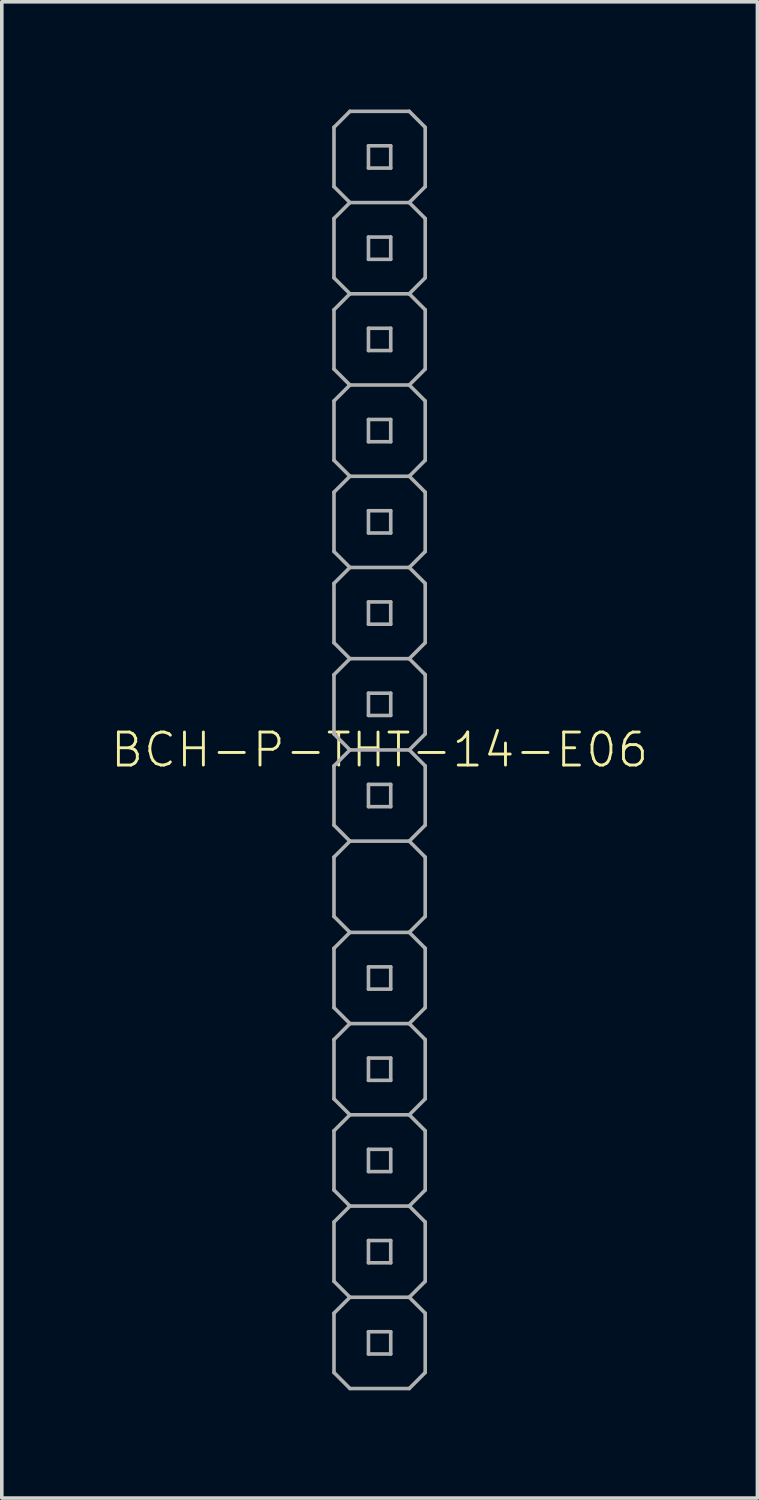
<source format=kicad_pcb>
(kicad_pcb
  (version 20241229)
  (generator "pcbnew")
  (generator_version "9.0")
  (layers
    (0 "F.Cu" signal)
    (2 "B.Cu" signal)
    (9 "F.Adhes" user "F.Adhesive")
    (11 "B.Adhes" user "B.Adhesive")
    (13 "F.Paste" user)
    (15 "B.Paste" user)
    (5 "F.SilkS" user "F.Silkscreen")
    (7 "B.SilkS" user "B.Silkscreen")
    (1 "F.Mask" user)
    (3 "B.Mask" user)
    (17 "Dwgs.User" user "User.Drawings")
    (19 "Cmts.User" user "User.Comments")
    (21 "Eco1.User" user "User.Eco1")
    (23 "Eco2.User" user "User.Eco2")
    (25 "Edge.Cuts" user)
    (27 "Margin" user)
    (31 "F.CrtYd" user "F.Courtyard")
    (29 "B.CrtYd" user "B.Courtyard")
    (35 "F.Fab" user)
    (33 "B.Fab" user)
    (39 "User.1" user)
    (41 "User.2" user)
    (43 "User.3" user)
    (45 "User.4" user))
  (footprint "BCH-P-THT-14-E06"
    (layer "F.Cu")
    (at 7.519 17.83)
    (property "Reference" "BCH-P-THT-14-E06" (at 0 0 0) (unlocked yes) (layer "F.SilkS") (effects (font (size 0.92 0.92) (thickness 0.08))))
    (fp_line (start -1.27 -17.335) (end -1.27 -15.684) (stroke (width 0.1) (type solid)) (layer "F.Fab"))
    (fp_line (start -1.27 -15.684) (end -0.826 -15.24) (stroke (width 0.1) (type solid)) (layer "F.Fab"))
    (fp_line (start -1.27 -14.796) (end -1.27 -13.145) (stroke (width 0.1) (type solid)) (layer "F.Fab"))
    (fp_line (start -1.27 -13.145) (end -0.826 -12.7) (stroke (width 0.1) (type solid)) (layer "F.Fab"))
    (fp_line (start -1.27 -12.255) (end -1.27 -10.604) (stroke (width 0.1) (type solid)) (layer "F.Fab"))
    (fp_line (start -1.27 -10.604) (end -0.826 -10.16) (stroke (width 0.1) (type solid)) (layer "F.Fab"))
    (fp_line (start -1.27 -9.716) (end -1.27 -8.065) (stroke (width 0.1) (type solid)) (layer "F.Fab"))
    (fp_line (start -1.27 -8.065) (end -0.826 -7.62) (stroke (width 0.1) (type solid)) (layer "F.Fab"))
    (fp_line (start -1.27 -7.176) (end -1.27 -5.524) (stroke (width 0.1) (type solid)) (layer "F.Fab"))
    (fp_line (start -1.27 -5.524) (end -0.826 -5.08) (stroke (width 0.1) (type solid)) (layer "F.Fab"))
    (fp_line (start -1.27 -4.636) (end -1.27 -2.985) (stroke (width 0.1) (type solid)) (layer "F.Fab"))
    (fp_line (start -1.27 -2.985) (end -0.826 -2.54) (stroke (width 0.1) (type solid)) (layer "F.Fab"))
    (fp_line (start -1.27 -2.095) (end -1.27 -0.445) (stroke (width 0.1) (type solid)) (layer "F.Fab"))
    (fp_line (start -1.27 -0.445) (end -0.826 0) (stroke (width 0.1) (type solid)) (layer "F.Fab"))
    (fp_line (start -1.27 0.445) (end -1.27 2.095) (stroke (width 0.1) (type solid)) (layer "F.Fab"))
    (fp_line (start -1.27 2.095) (end -0.826 2.54) (stroke (width 0.1) (type solid)) (layer "F.Fab"))
    (fp_line (start -1.27 2.985) (end -1.27 4.636) (stroke (width 0.1) (type solid)) (layer "F.Fab"))
    (fp_line (start -1.27 4.636) (end -0.826 5.08) (stroke (width 0.1) (type solid)) (layer "F.Fab"))
    (fp_line (start -1.27 5.524) (end -1.27 7.176) (stroke (width 0.1) (type solid)) (layer "F.Fab"))
    (fp_line (start -1.27 7.176) (end -0.826 7.62) (stroke (width 0.1) (type solid)) (layer "F.Fab"))
    (fp_line (start -1.27 8.065) (end -1.27 9.716) (stroke (width 0.1) (type solid)) (layer "F.Fab"))
    (fp_line (start -1.27 9.716) (end -0.826 10.16) (stroke (width 0.1) (type solid)) (layer "F.Fab"))
    (fp_line (start -1.27 10.604) (end -1.27 12.255) (stroke (width 0.1) (type solid)) (layer "F.Fab"))
    (fp_line (start -1.27 12.255) (end -0.826 12.7) (stroke (width 0.1) (type solid)) (layer "F.Fab"))
    (fp_line (start -1.27 13.145) (end -1.27 14.796) (stroke (width 0.1) (type solid)) (layer "F.Fab"))
    (fp_line (start -1.27 14.796) (end -0.826 15.24) (stroke (width 0.1) (type solid)) (layer "F.Fab"))
    (fp_line (start -1.27 15.684) (end -1.27 17.335) (stroke (width 0.1) (type solid)) (layer "F.Fab"))
    (fp_line (start -1.27 17.335) (end -0.826 17.78) (stroke (width 0.1) (type solid)) (layer "F.Fab"))
    (fp_line (start -0.826 -17.78) (end -1.27 -17.335) (stroke (width 0.1) (type solid)) (layer "F.Fab"))
    (fp_line (start -0.826 -15.24) (end -1.27 -14.796) (stroke (width 0.1) (type solid)) (layer "F.Fab"))
    (fp_line (start -0.826 -12.7) (end -1.27 -12.255) (stroke (width 0.1) (type solid)) (layer "F.Fab"))
    (fp_line (start -0.826 -10.16) (end -1.27 -9.716) (stroke (width 0.1) (type solid)) (layer "F.Fab"))
    (fp_line (start -0.826 -7.62) (end -1.27 -7.176) (stroke (width 0.1) (type solid)) (layer "F.Fab"))
    (fp_line (start -0.826 -5.08) (end -1.27 -4.636) (stroke (width 0.1) (type solid)) (layer "F.Fab"))
    (fp_line (start -0.826 -2.54) (end -1.27 -2.095) (stroke (width 0.1) (type solid)) (layer "F.Fab"))
    (fp_line (start -0.826 0) (end -1.27 0.445) (stroke (width 0.1) (type solid)) (layer "F.Fab"))
    (fp_line (start -0.826 2.54) (end -1.27 2.985) (stroke (width 0.1) (type solid)) (layer "F.Fab"))
    (fp_line (start -0.826 5.08) (end -1.27 5.524) (stroke (width 0.1) (type solid)) (layer "F.Fab"))
    (fp_line (start -0.826 7.62) (end -1.27 8.065) (stroke (width 0.1) (type solid)) (layer "F.Fab"))
    (fp_line (start -0.826 10.16) (end -1.27 10.604) (stroke (width 0.1) (type solid)) (layer "F.Fab"))
    (fp_line (start -0.826 12.7) (end -1.27 13.145) (stroke (width 0.1) (type solid)) (layer "F.Fab"))
    (fp_line (start -0.826 15.24) (end -1.27 15.684) (stroke (width 0.1) (type solid)) (layer "F.Fab"))
    (fp_line (start -0.31 -16.82) (end -0.31 -16.2) (stroke (width 0.1) (type solid)) (layer "F.Fab"))
    (fp_line (start -0.31 -16.2) (end 0.31 -16.2) (stroke (width 0.1) (type solid)) (layer "F.Fab"))
    (fp_line (start -0.31 -14.28) (end -0.31 -13.66) (stroke (width 0.1) (type solid)) (layer "F.Fab"))
    (fp_line (start -0.31 -13.66) (end 0.31 -13.66) (stroke (width 0.1) (type solid)) (layer "F.Fab"))
    (fp_line (start -0.31 -11.74) (end -0.31 -11.12) (stroke (width 0.1) (type solid)) (layer "F.Fab"))
    (fp_line (start -0.31 -11.12) (end 0.31 -11.12) (stroke (width 0.1) (type solid)) (layer "F.Fab"))
    (fp_line (start -0.31 -9.2) (end -0.31 -8.58) (stroke (width 0.1) (type solid)) (layer "F.Fab"))
    (fp_line (start -0.31 -8.58) (end 0.31 -8.58) (stroke (width 0.1) (type solid)) (layer "F.Fab"))
    (fp_line (start -0.31 -6.66) (end -0.31 -6.04) (stroke (width 0.1) (type solid)) (layer "F.Fab"))
    (fp_line (start -0.31 -6.04) (end 0.31 -6.04) (stroke (width 0.1) (type solid)) (layer "F.Fab"))
    (fp_line (start -0.31 -4.12) (end -0.31 -3.5) (stroke (width 0.1) (type solid)) (layer "F.Fab"))
    (fp_line (start -0.31 -3.5) (end 0.31 -3.5) (stroke (width 0.1) (type solid)) (layer "F.Fab"))
    (fp_line (start -0.31 -1.58) (end -0.31 -0.96) (stroke (width 0.1) (type solid)) (layer "F.Fab"))
    (fp_line (start -0.31 -0.96) (end 0.31 -0.96) (stroke (width 0.1) (type solid)) (layer "F.Fab"))
    (fp_line (start -0.31 0.96) (end -0.31 1.58) (stroke (width 0.1) (type solid)) (layer "F.Fab"))
    (fp_line (start -0.31 1.58) (end 0.31 1.58) (stroke (width 0.1) (type solid)) (layer "F.Fab"))
    (fp_line (start -0.31 6.04) (end -0.31 6.66) (stroke (width 0.1) (type solid)) (layer "F.Fab"))
    (fp_line (start -0.31 6.66) (end 0.31 6.66) (stroke (width 0.1) (type solid)) (layer "F.Fab"))
    (fp_line (start -0.31 8.58) (end -0.31 9.2) (stroke (width 0.1) (type solid)) (layer "F.Fab"))
    (fp_line (start -0.31 9.2) (end 0.31 9.2) (stroke (width 0.1) (type solid)) (layer "F.Fab"))
    (fp_line (start -0.31 11.12) (end -0.31 11.74) (stroke (width 0.1) (type solid)) (layer "F.Fab"))
    (fp_line (start -0.31 11.74) (end 0.31 11.74) (stroke (width 0.1) (type solid)) (layer "F.Fab"))
    (fp_line (start -0.31 13.66) (end -0.31 14.28) (stroke (width 0.1) (type solid)) (layer "F.Fab"))
    (fp_line (start -0.31 14.28) (end 0.31 14.28) (stroke (width 0.1) (type solid)) (layer "F.Fab"))
    (fp_line (start -0.31 16.2) (end -0.31 16.82) (stroke (width 0.1) (type solid)) (layer "F.Fab"))
    (fp_line (start -0.31 16.82) (end 0.31 16.82) (stroke (width 0.1) (type solid)) (layer "F.Fab"))
    (fp_line (start 0.31 -16.82) (end -0.31 -16.82) (stroke (width 0.1) (type solid)) (layer "F.Fab"))
    (fp_line (start 0.31 -16.2) (end 0.31 -16.82) (stroke (width 0.1) (type solid)) (layer "F.Fab"))
    (fp_line (start 0.31 -14.28) (end -0.31 -14.28) (stroke (width 0.1) (type solid)) (layer "F.Fab"))
    (fp_line (start 0.31 -13.66) (end 0.31 -14.28) (stroke (width 0.1) (type solid)) (layer "F.Fab"))
    (fp_line (start 0.31 -11.74) (end -0.31 -11.74) (stroke (width 0.1) (type solid)) (layer "F.Fab"))
    (fp_line (start 0.31 -11.12) (end 0.31 -11.74) (stroke (width 0.1) (type solid)) (layer "F.Fab"))
    (fp_line (start 0.31 -9.2) (end -0.31 -9.2) (stroke (width 0.1) (type solid)) (layer "F.Fab"))
    (fp_line (start 0.31 -8.58) (end 0.31 -9.2) (stroke (width 0.1) (type solid)) (layer "F.Fab"))
    (fp_line (start 0.31 -6.66) (end -0.31 -6.66) (stroke (width 0.1) (type solid)) (layer "F.Fab"))
    (fp_line (start 0.31 -6.04) (end 0.31 -6.66) (stroke (width 0.1) (type solid)) (layer "F.Fab"))
    (fp_line (start 0.31 -4.12) (end -0.31 -4.12) (stroke (width 0.1) (type solid)) (layer "F.Fab"))
    (fp_line (start 0.31 -3.5) (end 0.31 -4.12) (stroke (width 0.1) (type solid)) (layer "F.Fab"))
    (fp_line (start 0.31 -1.58) (end -0.31 -1.58) (stroke (width 0.1) (type solid)) (layer "F.Fab"))
    (fp_line (start 0.31 -0.96) (end 0.31 -1.58) (stroke (width 0.1) (type solid)) (layer "F.Fab"))
    (fp_line (start 0.31 0.96) (end -0.31 0.96) (stroke (width 0.1) (type solid)) (layer "F.Fab"))
    (fp_line (start 0.31 1.58) (end 0.31 0.96) (stroke (width 0.1) (type solid)) (layer "F.Fab"))
    (fp_line (start 0.31 6.04) (end -0.31 6.04) (stroke (width 0.1) (type solid)) (layer "F.Fab"))
    (fp_line (start 0.31 6.66) (end 0.31 6.04) (stroke (width 0.1) (type solid)) (layer "F.Fab"))
    (fp_line (start 0.31 8.58) (end -0.31 8.58) (stroke (width 0.1) (type solid)) (layer "F.Fab"))
    (fp_line (start 0.31 9.2) (end 0.31 8.58) (stroke (width 0.1) (type solid)) (layer "F.Fab"))
    (fp_line (start 0.31 11.12) (end -0.31 11.12) (stroke (width 0.1) (type solid)) (layer "F.Fab"))
    (fp_line (start 0.31 11.74) (end 0.31 11.12) (stroke (width 0.1) (type solid)) (layer "F.Fab"))
    (fp_line (start 0.31 13.66) (end -0.31 13.66) (stroke (width 0.1) (type solid)) (layer "F.Fab"))
    (fp_line (start 0.31 14.28) (end 0.31 13.66) (stroke (width 0.1) (type solid)) (layer "F.Fab"))
    (fp_line (start 0.31 16.2) (end -0.31 16.2) (stroke (width 0.1) (type solid)) (layer "F.Fab"))
    (fp_line (start 0.31 16.82) (end 0.31 16.2) (stroke (width 0.1) (type solid)) (layer "F.Fab"))
    (fp_line (start 0.826 -17.78) (end -0.826 -17.78) (stroke (width 0.1) (type solid)) (layer "F.Fab"))
    (fp_line (start 0.826 -15.24) (end -0.826 -15.24) (stroke (width 0.1) (type solid)) (layer "F.Fab"))
    (fp_line (start 0.826 -15.24) (end 1.27 -15.684) (stroke (width 0.1) (type solid)) (layer "F.Fab"))
    (fp_line (start 0.826 -12.7) (end -0.826 -12.7) (stroke (width 0.1) (type solid)) (layer "F.Fab"))
    (fp_line (start 0.826 -12.7) (end 1.27 -13.145) (stroke (width 0.1) (type solid)) (layer "F.Fab"))
    (fp_line (start 0.826 -10.16) (end -0.826 -10.16) (stroke (width 0.1) (type solid)) (layer "F.Fab"))
    (fp_line (start 0.826 -10.16) (end 1.27 -10.604) (stroke (width 0.1) (type solid)) (layer "F.Fab"))
    (fp_line (start 0.826 -7.62) (end -0.826 -7.62) (stroke (width 0.1) (type solid)) (layer "F.Fab"))
    (fp_line (start 0.826 -7.62) (end 1.27 -8.065) (stroke (width 0.1) (type solid)) (layer "F.Fab"))
    (fp_line (start 0.826 -5.08) (end -0.826 -5.08) (stroke (width 0.1) (type solid)) (layer "F.Fab"))
    (fp_line (start 0.826 -5.08) (end 1.27 -5.524) (stroke (width 0.1) (type solid)) (layer "F.Fab"))
    (fp_line (start 0.826 -2.54) (end -0.826 -2.54) (stroke (width 0.1) (type solid)) (layer "F.Fab"))
    (fp_line (start 0.826 -2.54) (end 1.27 -2.985) (stroke (width 0.1) (type solid)) (layer "F.Fab"))
    (fp_line (start 0.826 0) (end -0.826 0) (stroke (width 0.1) (type solid)) (layer "F.Fab"))
    (fp_line (start 0.826 0) (end 1.27 -0.445) (stroke (width 0.1) (type solid)) (layer "F.Fab"))
    (fp_line (start 0.826 2.54) (end -0.826 2.54) (stroke (width 0.1) (type solid)) (layer "F.Fab"))
    (fp_line (start 0.826 2.54) (end 1.27 2.095) (stroke (width 0.1) (type solid)) (layer "F.Fab"))
    (fp_line (start 0.826 5.08) (end -0.826 5.08) (stroke (width 0.1) (type solid)) (layer "F.Fab"))
    (fp_line (start 0.826 5.08) (end 1.27 4.636) (stroke (width 0.1) (type solid)) (layer "F.Fab"))
    (fp_line (start 0.826 7.62) (end -0.826 7.62) (stroke (width 0.1) (type solid)) (layer "F.Fab"))
    (fp_line (start 0.826 7.62) (end 1.27 7.176) (stroke (width 0.1) (type solid)) (layer "F.Fab"))
    (fp_line (start 0.826 10.16) (end -0.826 10.16) (stroke (width 0.1) (type solid)) (layer "F.Fab"))
    (fp_line (start 0.826 10.16) (end 1.27 9.716) (stroke (width 0.1) (type solid)) (layer "F.Fab"))
    (fp_line (start 0.826 12.7) (end -0.826 12.7) (stroke (width 0.1) (type solid)) (layer "F.Fab"))
    (fp_line (start 0.826 12.7) (end 1.27 12.255) (stroke (width 0.1) (type solid)) (layer "F.Fab"))
    (fp_line (start 0.826 15.24) (end -0.826 15.24) (stroke (width 0.1) (type solid)) (layer "F.Fab"))
    (fp_line (start 0.826 15.24) (end 1.27 14.796) (stroke (width 0.1) (type solid)) (layer "F.Fab"))
    (fp_line (start 0.826 17.78) (end -0.826 17.78) (stroke (width 0.1) (type solid)) (layer "F.Fab"))
    (fp_line (start 0.826 17.78) (end 1.27 17.335) (stroke (width 0.1) (type solid)) (layer "F.Fab"))
    (fp_line (start 1.27 -17.335) (end 0.826 -17.78) (stroke (width 0.1) (type solid)) (layer "F.Fab"))
    (fp_line (start 1.27 -15.684) (end 1.27 -17.335) (stroke (width 0.1) (type solid)) (layer "F.Fab"))
    (fp_line (start 1.27 -14.796) (end 0.826 -15.24) (stroke (width 0.1) (type solid)) (layer "F.Fab"))
    (fp_line (start 1.27 -13.145) (end 1.27 -14.796) (stroke (width 0.1) (type solid)) (layer "F.Fab"))
    (fp_line (start 1.27 -12.255) (end 0.826 -12.7) (stroke (width 0.1) (type solid)) (layer "F.Fab"))
    (fp_line (start 1.27 -10.604) (end 1.27 -12.255) (stroke (width 0.1) (type solid)) (layer "F.Fab"))
    (fp_line (start 1.27 -9.716) (end 0.826 -10.16) (stroke (width 0.1) (type solid)) (layer "F.Fab"))
    (fp_line (start 1.27 -8.065) (end 1.27 -9.716) (stroke (width 0.1) (type solid)) (layer "F.Fab"))
    (fp_line (start 1.27 -7.176) (end 0.826 -7.62) (stroke (width 0.1) (type solid)) (layer "F.Fab"))
    (fp_line (start 1.27 -5.524) (end 1.27 -7.176) (stroke (width 0.1) (type solid)) (layer "F.Fab"))
    (fp_line (start 1.27 -4.636) (end 0.826 -5.08) (stroke (width 0.1) (type solid)) (layer "F.Fab"))
    (fp_line (start 1.27 -2.985) (end 1.27 -4.636) (stroke (width 0.1) (type solid)) (layer "F.Fab"))
    (fp_line (start 1.27 -2.095) (end 0.826 -2.54) (stroke (width 0.1) (type solid)) (layer "F.Fab"))
    (fp_line (start 1.27 -0.445) (end 1.27 -2.095) (stroke (width 0.1) (type solid)) (layer "F.Fab"))
    (fp_line (start 1.27 0.445) (end 0.826 0) (stroke (width 0.1) (type solid)) (layer "F.Fab"))
    (fp_line (start 1.27 2.095) (end 1.27 0.445) (stroke (width 0.1) (type solid)) (layer "F.Fab"))
    (fp_line (start 1.27 2.985) (end 0.826 2.54) (stroke (width 0.1) (type solid)) (layer "F.Fab"))
    (fp_line (start 1.27 4.636) (end 1.27 2.985) (stroke (width 0.1) (type solid)) (layer "F.Fab"))
    (fp_line (start 1.27 5.524) (end 0.826 5.08) (stroke (width 0.1) (type solid)) (layer "F.Fab"))
    (fp_line (start 1.27 7.176) (end 1.27 5.524) (stroke (width 0.1) (type solid)) (layer "F.Fab"))
    (fp_line (start 1.27 8.065) (end 0.826 7.62) (stroke (width 0.1) (type solid)) (layer "F.Fab"))
    (fp_line (start 1.27 9.716) (end 1.27 8.065) (stroke (width 0.1) (type solid)) (layer "F.Fab"))
    (fp_line (start 1.27 10.604) (end 0.826 10.16) (stroke (width 0.1) (type solid)) (layer "F.Fab"))
    (fp_line (start 1.27 12.255) (end 1.27 10.604) (stroke (width 0.1) (type solid)) (layer "F.Fab"))
    (fp_line (start 1.27 13.145) (end 0.826 12.7) (stroke (width 0.1) (type solid)) (layer "F.Fab"))
    (fp_line (start 1.27 14.796) (end 1.27 13.145) (stroke (width 0.1) (type solid)) (layer "F.Fab"))
    (fp_line (start 1.27 15.684) (end 0.826 15.24) (stroke (width 0.1) (type solid)) (layer "F.Fab"))
    (fp_line (start 1.27 17.335) (end 1.27 15.684) (stroke (width 0.1) (type solid)) (layer "F.Fab")))
  (gr_rect
    (start -3 -3)
    (end 18.039 38.66)
    (stroke (width 0.1) (type default))
    (fill no)
    (layer "Edge.Cuts")))
</source>
